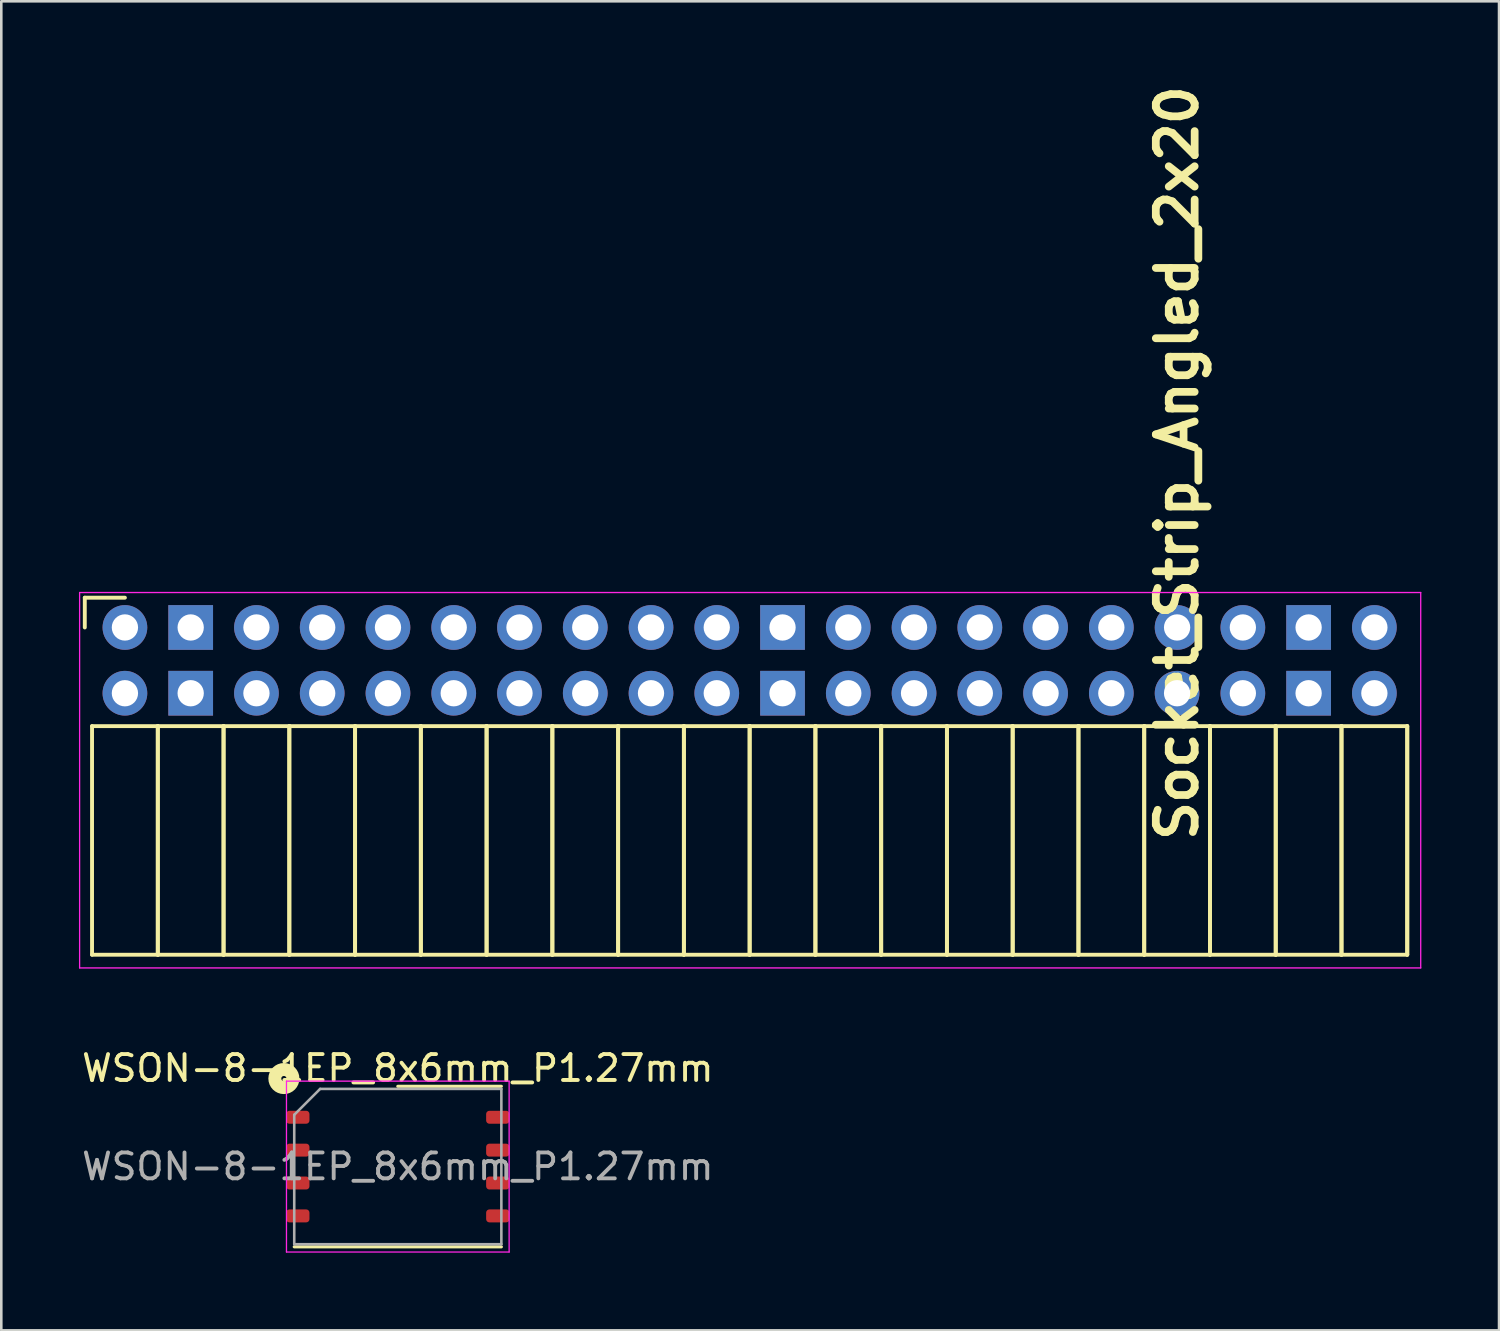
<source format=kicad_pcb>
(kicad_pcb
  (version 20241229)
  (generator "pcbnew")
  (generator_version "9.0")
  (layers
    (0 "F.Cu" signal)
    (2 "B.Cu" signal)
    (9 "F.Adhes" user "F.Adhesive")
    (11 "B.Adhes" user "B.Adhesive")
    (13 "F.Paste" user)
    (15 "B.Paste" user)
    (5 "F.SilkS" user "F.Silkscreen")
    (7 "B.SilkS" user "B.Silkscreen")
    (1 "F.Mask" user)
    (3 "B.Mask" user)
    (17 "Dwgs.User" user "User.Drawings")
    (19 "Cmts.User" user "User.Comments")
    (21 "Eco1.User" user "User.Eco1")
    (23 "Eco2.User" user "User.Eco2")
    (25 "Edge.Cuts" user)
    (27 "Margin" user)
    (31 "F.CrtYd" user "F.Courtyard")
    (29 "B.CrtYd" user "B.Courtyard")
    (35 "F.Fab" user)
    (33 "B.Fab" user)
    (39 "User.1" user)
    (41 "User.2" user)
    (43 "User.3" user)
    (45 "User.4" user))
  (footprint "WSON-8-1EP_8x6mm_P1.27mm"
    (layer "F.Cu")
    (at 12.315 42.009)
    (property "Reference" "WSON-8-1EP_8x6mm_P1.27mm" (at 0 -3.8 0) (layer "F.SilkS") (effects (font (size 1 1) (thickness 0.15))))
    (attr smd)
    (fp_line (start -4 3.1) (end 4 3.1) (stroke (width 0.12) (type solid)) (layer "F.SilkS"))
    (fp_line (start 0 -3.1) (end 4 -3.1) (stroke (width 0.12) (type solid)) (layer "F.SilkS"))
    (fp_circle (center -4.4 -3.4) (end -4.3 -3.4) (stroke (width 0.5) (type solid)) (fill no) (layer "F.SilkS"))
    (fp_line (start -4.3 -3.3) (end -4.3 3.3) (stroke (width 0.05) (type solid)) (layer "F.CrtYd"))
    (fp_line (start -4.3 3.3) (end 4.3 3.3) (stroke (width 0.05) (type solid)) (layer "F.CrtYd"))
    (fp_line (start 4.3 -3.3) (end -4.3 -3.3) (stroke (width 0.05) (type solid)) (layer "F.CrtYd"))
    (fp_line (start 4.3 3.3) (end 4.3 -3.3) (stroke (width 0.05) (type solid)) (layer "F.CrtYd"))
    (fp_line (start -4 -2) (end -3 -3) (stroke (width 0.1) (type solid)) (layer "F.Fab"))
    (fp_line (start -4 3) (end -4 -2) (stroke (width 0.1) (type solid)) (layer "F.Fab"))
    (fp_line (start -3 -3) (end 4 -3) (stroke (width 0.1) (type solid)) (layer "F.Fab"))
    (fp_line (start 4 -3) (end 4 3) (stroke (width 0.1) (type solid)) (layer "F.Fab"))
    (fp_line (start 4 3) (end -4 3) (stroke (width 0.1) (type solid)) (layer "F.Fab"))
    (fp_text user "${REFERENCE}" (at 0 0 0) (layer "F.Fab") (effects (font (size 1 1) (thickness 0.15))))
    (pad "1" smd roundrect (at -3.862 -1.905) (size 0.9 0.5) (layers "F.Cu" "F.Mask" "F.Paste") (roundrect_rratio 0.25))
    (pad "2" smd roundrect (at -3.862 -0.635) (size 0.9 0.5) (layers "F.Cu" "F.Mask" "F.Paste") (roundrect_rratio 0.25))
    (pad "3" smd roundrect (at -3.862 0.635) (size 0.9 0.5) (layers "F.Cu" "F.Mask" "F.Paste") (roundrect_rratio 0.25))
    (pad "4" smd roundrect (at -3.862 1.905) (size 0.9 0.5) (layers "F.Cu" "F.Mask" "F.Paste") (roundrect_rratio 0.25))
    (pad "5" smd roundrect (at 3.862 1.905) (size 0.9 0.5) (layers "F.Cu" "F.Mask" "F.Paste") (roundrect_rratio 0.25))
    (pad "6" smd roundrect (at 3.862 0.635) (size 0.9 0.5) (layers "F.Cu" "F.Mask" "F.Paste") (roundrect_rratio 0.25))
    (pad "7" smd roundrect (at 3.862 -0.635) (size 0.9 0.5) (layers "F.Cu" "F.Mask" "F.Paste") (roundrect_rratio 0.25))
    (pad "8" smd roundrect (at 3.862 -1.905) (size 0.9 0.5) (layers "F.Cu" "F.Mask" "F.Paste") (roundrect_rratio 0.25)))
  (footprint "Socket_Strip_Angled_2x20"
    (layer "F.Cu")
    (at 1.775 21.186)
    (property "Reference" "Socket_Strip_Angled_2x20" (at 40.64 -6.35 90) (layer "F.SilkS") (effects (font (size 1.5 1.5) (thickness 0.3))))
    (attr through_hole)
    (fp_line (start -1.55 -1.15) (end -1.55 0) (stroke (width 0.15) (type solid)) (layer "F.SilkS"))
    (fp_line (start -1.27 3.81) (end -1.27 12.64) (stroke (width 0.15) (type solid)) (layer "F.SilkS"))
    (fp_line (start -1.27 3.81) (end 1.27 3.81) (stroke (width 0.15) (type solid)) (layer "F.SilkS"))
    (fp_line (start -1.27 12.64) (end 1.27 12.64) (stroke (width 0.15) (type solid)) (layer "F.SilkS"))
    (fp_line (start 0 -1.15) (end -1.55 -1.15) (stroke (width 0.15) (type solid)) (layer "F.SilkS"))
    (fp_line (start 1.27 3.81) (end 1.27 12.64) (stroke (width 0.15) (type solid)) (layer "F.SilkS"))
    (fp_line (start 1.27 3.81) (end 3.81 3.81) (stroke (width 0.15) (type solid)) (layer "F.SilkS"))
    (fp_line (start 1.27 12.64) (end 1.27 3.81) (stroke (width 0.15) (type solid)) (layer "F.SilkS"))
    (fp_line (start 1.27 12.64) (end 3.81 12.64) (stroke (width 0.15) (type solid)) (layer "F.SilkS"))
    (fp_line (start 3.81 3.81) (end 3.81 12.64) (stroke (width 0.15) (type solid)) (layer "F.SilkS"))
    (fp_line (start 3.81 3.81) (end 6.35 3.81) (stroke (width 0.15) (type solid)) (layer "F.SilkS"))
    (fp_line (start 3.81 12.64) (end 3.81 3.81) (stroke (width 0.15) (type solid)) (layer "F.SilkS"))
    (fp_line (start 3.81 12.64) (end 6.35 12.64) (stroke (width 0.15) (type solid)) (layer "F.SilkS"))
    (fp_line (start 6.35 3.81) (end 6.35 12.64) (stroke (width 0.15) (type solid)) (layer "F.SilkS"))
    (fp_line (start 6.35 3.81) (end 8.89 3.81) (stroke (width 0.15) (type solid)) (layer "F.SilkS"))
    (fp_line (start 6.35 12.64) (end 6.35 3.81) (stroke (width 0.15) (type solid)) (layer "F.SilkS"))
    (fp_line (start 6.35 12.64) (end 8.89 12.64) (stroke (width 0.15) (type solid)) (layer "F.SilkS"))
    (fp_line (start 8.89 3.81) (end 8.89 12.64) (stroke (width 0.15) (type solid)) (layer "F.SilkS"))
    (fp_line (start 8.89 3.81) (end 11.43 3.81) (stroke (width 0.15) (type solid)) (layer "F.SilkS"))
    (fp_line (start 8.89 12.64) (end 8.89 3.81) (stroke (width 0.15) (type solid)) (layer "F.SilkS"))
    (fp_line (start 8.89 12.64) (end 11.43 12.64) (stroke (width 0.15) (type solid)) (layer "F.SilkS"))
    (fp_line (start 11.43 3.81) (end 11.43 12.64) (stroke (width 0.15) (type solid)) (layer "F.SilkS"))
    (fp_line (start 11.43 3.81) (end 13.97 3.81) (stroke (width 0.15) (type solid)) (layer "F.SilkS"))
    (fp_line (start 11.43 12.64) (end 11.43 3.81) (stroke (width 0.15) (type solid)) (layer "F.SilkS"))
    (fp_line (start 11.43 12.64) (end 13.97 12.64) (stroke (width 0.15) (type solid)) (layer "F.SilkS"))
    (fp_line (start 13.97 3.81) (end 13.97 12.64) (stroke (width 0.15) (type solid)) (layer "F.SilkS"))
    (fp_line (start 13.97 3.81) (end 16.51 3.81) (stroke (width 0.15) (type solid)) (layer "F.SilkS"))
    (fp_line (start 13.97 12.64) (end 13.97 3.81) (stroke (width 0.15) (type solid)) (layer "F.SilkS"))
    (fp_line (start 13.97 12.64) (end 16.51 12.64) (stroke (width 0.15) (type solid)) (layer "F.SilkS"))
    (fp_line (start 16.51 3.81) (end 16.51 12.64) (stroke (width 0.15) (type solid)) (layer "F.SilkS"))
    (fp_line (start 16.51 3.81) (end 19.05 3.81) (stroke (width 0.15) (type solid)) (layer "F.SilkS"))
    (fp_line (start 16.51 12.64) (end 16.51 3.81) (stroke (width 0.15) (type solid)) (layer "F.SilkS"))
    (fp_line (start 16.51 12.64) (end 19.05 12.64) (stroke (width 0.15) (type solid)) (layer "F.SilkS"))
    (fp_line (start 19.05 3.81) (end 19.05 12.64) (stroke (width 0.15) (type solid)) (layer "F.SilkS"))
    (fp_line (start 19.05 3.81) (end 21.59 3.81) (stroke (width 0.15) (type solid)) (layer "F.SilkS"))
    (fp_line (start 19.05 12.64) (end 19.05 3.81) (stroke (width 0.15) (type solid)) (layer "F.SilkS"))
    (fp_line (start 19.05 12.64) (end 21.59 12.64) (stroke (width 0.15) (type solid)) (layer "F.SilkS"))
    (fp_line (start 21.59 3.81) (end 21.59 12.64) (stroke (width 0.15) (type solid)) (layer "F.SilkS"))
    (fp_line (start 21.59 3.81) (end 24.13 3.81) (stroke (width 0.15) (type solid)) (layer "F.SilkS"))
    (fp_line (start 21.59 12.64) (end 21.59 3.81) (stroke (width 0.15) (type solid)) (layer "F.SilkS"))
    (fp_line (start 21.59 12.64) (end 24.13 12.64) (stroke (width 0.15) (type solid)) (layer "F.SilkS"))
    (fp_line (start 24.13 3.81) (end 24.13 12.64) (stroke (width 0.15) (type solid)) (layer "F.SilkS"))
    (fp_line (start 24.13 3.81) (end 26.67 3.81) (stroke (width 0.15) (type solid)) (layer "F.SilkS"))
    (fp_line (start 24.13 12.64) (end 24.13 3.81) (stroke (width 0.15) (type solid)) (layer "F.SilkS"))
    (fp_line (start 24.13 12.64) (end 26.67 12.64) (stroke (width 0.15) (type solid)) (layer "F.SilkS"))
    (fp_line (start 26.67 3.81) (end 26.67 12.64) (stroke (width 0.15) (type solid)) (layer "F.SilkS"))
    (fp_line (start 26.67 3.81) (end 29.21 3.81) (stroke (width 0.15) (type solid)) (layer "F.SilkS"))
    (fp_line (start 26.67 12.64) (end 26.67 3.81) (stroke (width 0.15) (type solid)) (layer "F.SilkS"))
    (fp_line (start 26.67 12.64) (end 29.21 12.64) (stroke (width 0.15) (type solid)) (layer "F.SilkS"))
    (fp_line (start 29.21 3.81) (end 29.21 12.64) (stroke (width 0.15) (type solid)) (layer "F.SilkS"))
    (fp_line (start 29.21 3.81) (end 31.75 3.81) (stroke (width 0.15) (type solid)) (layer "F.SilkS"))
    (fp_line (start 29.21 12.64) (end 29.21 3.81) (stroke (width 0.15) (type solid)) (layer "F.SilkS"))
    (fp_line (start 29.21 12.64) (end 31.75 12.64) (stroke (width 0.15) (type solid)) (layer "F.SilkS"))
    (fp_line (start 31.75 3.81) (end 31.75 12.64) (stroke (width 0.15) (type solid)) (layer "F.SilkS"))
    (fp_line (start 31.75 3.81) (end 34.29 3.81) (stroke (width 0.15) (type solid)) (layer "F.SilkS"))
    (fp_line (start 31.75 12.64) (end 31.75 3.81) (stroke (width 0.15) (type solid)) (layer "F.SilkS"))
    (fp_line (start 31.75 12.64) (end 34.29 12.64) (stroke (width 0.15) (type solid)) (layer "F.SilkS"))
    (fp_line (start 34.29 3.81) (end 34.29 12.64) (stroke (width 0.15) (type solid)) (layer "F.SilkS"))
    (fp_line (start 34.29 3.81) (end 36.83 3.81) (stroke (width 0.15) (type solid)) (layer "F.SilkS"))
    (fp_line (start 34.29 12.64) (end 34.29 3.81) (stroke (width 0.15) (type solid)) (layer "F.SilkS"))
    (fp_line (start 34.29 12.64) (end 36.83 12.64) (stroke (width 0.15) (type solid)) (layer "F.SilkS"))
    (fp_line (start 36.83 3.81) (end 36.83 12.64) (stroke (width 0.15) (type solid)) (layer "F.SilkS"))
    (fp_line (start 36.83 3.81) (end 39.37 3.81) (stroke (width 0.15) (type solid)) (layer "F.SilkS"))
    (fp_line (start 36.83 12.64) (end 36.83 3.81) (stroke (width 0.15) (type solid)) (layer "F.SilkS"))
    (fp_line (start 36.83 12.64) (end 39.37 12.64) (stroke (width 0.15) (type solid)) (layer "F.SilkS"))
    (fp_line (start 39.37 3.81) (end 39.37 12.64) (stroke (width 0.15) (type solid)) (layer "F.SilkS"))
    (fp_line (start 39.37 3.81) (end 41.91 3.81) (stroke (width 0.15) (type solid)) (layer "F.SilkS"))
    (fp_line (start 39.37 12.64) (end 39.37 3.81) (stroke (width 0.15) (type solid)) (layer "F.SilkS"))
    (fp_line (start 39.37 12.64) (end 41.91 12.64) (stroke (width 0.15) (type solid)) (layer "F.SilkS"))
    (fp_line (start 41.91 3.81) (end 41.91 12.64) (stroke (width 0.15) (type solid)) (layer "F.SilkS"))
    (fp_line (start 41.91 3.81) (end 44.45 3.81) (stroke (width 0.15) (type solid)) (layer "F.SilkS"))
    (fp_line (start 41.91 12.64) (end 41.91 3.81) (stroke (width 0.15) (type solid)) (layer "F.SilkS"))
    (fp_line (start 41.91 12.64) (end 44.45 12.64) (stroke (width 0.15) (type solid)) (layer "F.SilkS"))
    (fp_line (start 44.45 3.81) (end 44.45 12.64) (stroke (width 0.15) (type solid)) (layer "F.SilkS"))
    (fp_line (start 44.45 3.81) (end 46.99 3.81) (stroke (width 0.15) (type solid)) (layer "F.SilkS"))
    (fp_line (start 44.45 12.64) (end 44.45 3.81) (stroke (width 0.15) (type solid)) (layer "F.SilkS"))
    (fp_line (start 44.45 12.64) (end 46.99 12.64) (stroke (width 0.15) (type solid)) (layer "F.SilkS"))
    (fp_line (start 46.99 3.81) (end 46.99 12.64) (stroke (width 0.15) (type solid)) (layer "F.SilkS"))
    (fp_line (start 46.99 3.81) (end 49.53 3.81) (stroke (width 0.15) (type solid)) (layer "F.SilkS"))
    (fp_line (start 46.99 12.64) (end 46.99 3.81) (stroke (width 0.15) (type solid)) (layer "F.SilkS"))
    (fp_line (start 46.99 12.64) (end 49.53 12.64) (stroke (width 0.15) (type solid)) (layer "F.SilkS"))
    (fp_line (start 49.53 3.81) (end 49.53 12.64) (stroke (width 0.15) (type solid)) (layer "F.SilkS"))
    (fp_line (start 49.53 12.64) (end 49.53 3.81) (stroke (width 0.15) (type solid)) (layer "F.SilkS"))
    (fp_line (start -1.75 -1.35) (end -1.75 13.15) (stroke (width 0.05) (type solid)) (layer "F.CrtYd"))
    (fp_line (start -1.75 -1.35) (end 50.05 -1.35) (stroke (width 0.05) (type solid)) (layer "F.CrtYd"))
    (fp_line (start -1.75 13.15) (end 50.05 13.15) (stroke (width 0.05) (type solid)) (layer "F.CrtYd"))
    (fp_line (start 50.05 -1.35) (end 50.05 13.15) (stroke (width 0.05) (type solid)) (layer "F.CrtYd"))
    (pad "1" thru_hole oval (at 0 0) (size 1.727 1.727) (drill 1.016) (layers "*.Cu" "*.Mask"))
    (pad "2" thru_hole oval (at 0 2.54) (size 1.727 1.727) (drill 1.016) (layers "*.Cu" "*.Mask"))
    (pad "3" thru_hole rect (at 2.54 0) (size 1.727 1.727) (drill 1.016) (layers "*.Cu" "*.Mask"))
    (pad "4" thru_hole rect (at 2.54 2.54) (size 1.727 1.727) (drill 1.016) (layers "*.Cu" "*.Mask"))
    (pad "5" thru_hole oval (at 5.08 0) (size 1.727 1.727) (drill 1.016) (layers "*.Cu" "*.Mask"))
    (pad "6" thru_hole oval (at 5.08 2.54) (size 1.727 1.727) (drill 1.016) (layers "*.Cu" "*.Mask"))
    (pad "7" thru_hole oval (at 7.62 0) (size 1.727 1.727) (drill 1.016) (layers "*.Cu" "*.Mask"))
    (pad "8" thru_hole oval (at 7.62 2.54) (size 1.727 1.727) (drill 1.016) (layers "*.Cu" "*.Mask"))
    (pad "9" thru_hole oval (at 10.16 0) (size 1.727 1.727) (drill 1.016) (layers "*.Cu" "*.Mask"))
    (pad "10" thru_hole oval (at 10.16 2.54) (size 1.727 1.727) (drill 1.016) (layers "*.Cu" "*.Mask"))
    (pad "11" thru_hole oval (at 12.7 0) (size 1.727 1.727) (drill 1.016) (layers "*.Cu" "*.Mask"))
    (pad "12" thru_hole oval (at 12.7 2.54) (size 1.727 1.727) (drill 1.016) (layers "*.Cu" "*.Mask"))
    (pad "13" thru_hole oval (at 15.24 0) (size 1.727 1.727) (drill 1.016) (layers "*.Cu" "*.Mask"))
    (pad "14" thru_hole oval (at 15.24 2.54) (size 1.727 1.727) (drill 1.016) (layers "*.Cu" "*.Mask"))
    (pad "15" thru_hole oval (at 17.78 0) (size 1.727 1.727) (drill 1.016) (layers "*.Cu" "*.Mask"))
    (pad "16" thru_hole oval (at 17.78 2.54) (size 1.727 1.727) (drill 1.016) (layers "*.Cu" "*.Mask"))
    (pad "17" thru_hole oval (at 20.32 0) (size 1.727 1.727) (drill 1.016) (layers "*.Cu" "*.Mask"))
    (pad "18" thru_hole oval (at 20.32 2.54) (size 1.727 1.727) (drill 1.016) (layers "*.Cu" "*.Mask"))
    (pad "19" thru_hole oval (at 22.86 0) (size 1.727 1.727) (drill 1.016) (layers "*.Cu" "*.Mask"))
    (pad "20" thru_hole oval (at 22.86 2.54) (size 1.727 1.727) (drill 1.016) (layers "*.Cu" "*.Mask"))
    (pad "21" thru_hole rect (at 25.4 0) (size 1.727 1.727) (drill 1.016) (layers "*.Cu" "*.Mask"))
    (pad "22" thru_hole rect (at 25.4 2.54) (size 1.727 1.727) (drill 1.016) (layers "*.Cu" "*.Mask"))
    (pad "23" thru_hole oval (at 27.94 0) (size 1.727 1.727) (drill 1.016) (layers "*.Cu" "*.Mask"))
    (pad "24" thru_hole oval (at 27.94 2.54) (size 1.727 1.727) (drill 1.016) (layers "*.Cu" "*.Mask"))
    (pad "25" thru_hole oval (at 30.48 0) (size 1.727 1.727) (drill 1.016) (layers "*.Cu" "*.Mask"))
    (pad "26" thru_hole oval (at 30.48 2.54) (size 1.727 1.727) (drill 1.016) (layers "*.Cu" "*.Mask"))
    (pad "27" thru_hole oval (at 33.02 0) (size 1.727 1.727) (drill 1.016) (layers "*.Cu" "*.Mask"))
    (pad "28" thru_hole oval (at 33.02 2.54) (size 1.727 1.727) (drill 1.016) (layers "*.Cu" "*.Mask"))
    (pad "29" thru_hole oval (at 35.56 0) (size 1.727 1.727) (drill 1.016) (layers "*.Cu" "*.Mask"))
    (pad "30" thru_hole oval (at 35.56 2.54) (size 1.727 1.727) (drill 1.016) (layers "*.Cu" "*.Mask"))
    (pad "31" thru_hole oval (at 38.1 0) (size 1.727 1.727) (drill 1.016) (layers "*.Cu" "*.Mask"))
    (pad "32" thru_hole oval (at 38.1 2.54) (size 1.727 1.727) (drill 1.016) (layers "*.Cu" "*.Mask"))
    (pad "33" thru_hole oval (at 40.64 0) (size 1.727 1.727) (drill 1.016) (layers "*.Cu" "*.Mask"))
    (pad "34" thru_hole oval (at 40.64 2.54) (size 1.727 1.727) (drill 1.016) (layers "*.Cu" "*.Mask"))
    (pad "35" thru_hole oval (at 43.18 0) (size 1.727 1.727) (drill 1.016) (layers "*.Cu" "*.Mask"))
    (pad "36" thru_hole oval (at 43.18 2.54) (size 1.727 1.727) (drill 1.016) (layers "*.Cu" "*.Mask"))
    (pad "37" thru_hole rect (at 45.72 0) (size 1.727 1.727) (drill 1.016) (layers "*.Cu" "*.Mask"))
    (pad "38" thru_hole rect (at 45.72 2.54) (size 1.727 1.727) (drill 1.016) (layers "*.Cu" "*.Mask"))
    (pad "39" thru_hole oval (at 48.26 0) (size 1.727 1.727) (drill 1.016) (layers "*.Cu" "*.Mask"))
    (pad "40" thru_hole oval (at 48.26 2.54) (size 1.727 1.727) (drill 1.016) (layers "*.Cu" "*.Mask")))
  (gr_rect
    (start -3 -3)
    (end 54.85 48.334)
    (stroke (width 0.1) (type default))
    (fill no)
    (layer "Edge.Cuts")))
</source>
